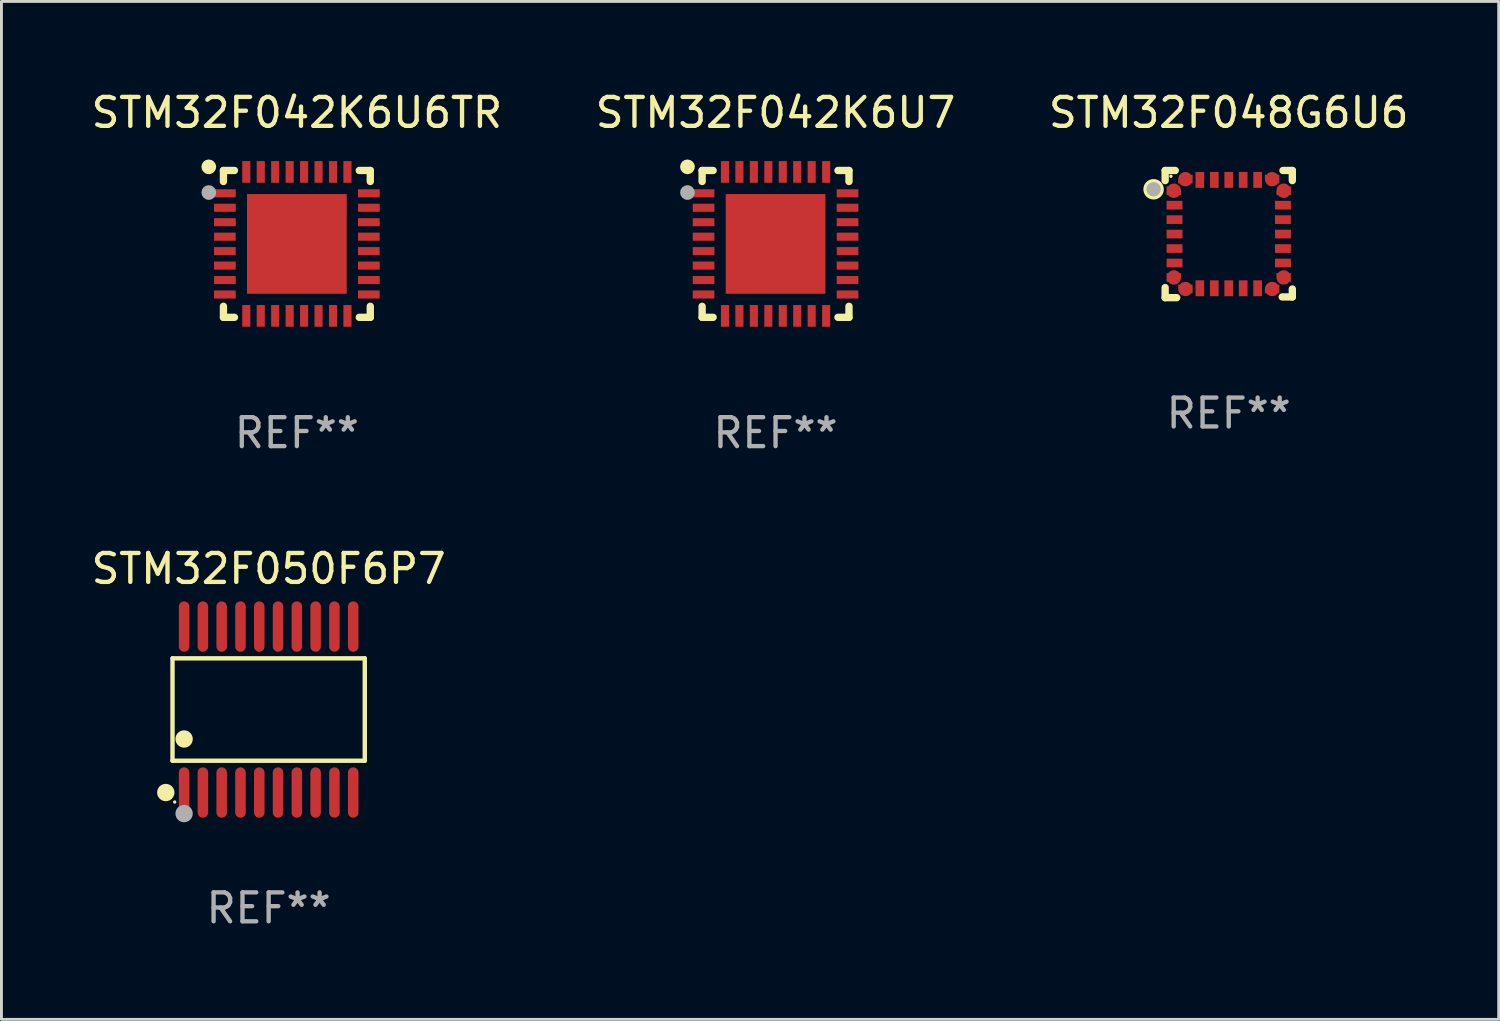
<source format=kicad_pcb>
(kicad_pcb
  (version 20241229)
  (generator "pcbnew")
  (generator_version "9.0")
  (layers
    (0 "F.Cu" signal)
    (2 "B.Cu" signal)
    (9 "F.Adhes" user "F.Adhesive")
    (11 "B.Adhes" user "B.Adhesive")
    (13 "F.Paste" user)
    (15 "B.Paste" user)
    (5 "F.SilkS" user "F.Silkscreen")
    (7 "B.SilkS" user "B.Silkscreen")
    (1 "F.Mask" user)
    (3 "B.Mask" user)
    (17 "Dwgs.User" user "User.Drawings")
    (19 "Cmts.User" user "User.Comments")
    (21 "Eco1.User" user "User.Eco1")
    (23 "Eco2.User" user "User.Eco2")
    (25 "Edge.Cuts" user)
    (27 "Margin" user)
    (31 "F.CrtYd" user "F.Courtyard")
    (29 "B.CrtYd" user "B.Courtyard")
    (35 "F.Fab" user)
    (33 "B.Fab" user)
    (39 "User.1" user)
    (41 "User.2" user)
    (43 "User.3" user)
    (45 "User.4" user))
  (footprint "STM32F042K6U6TR"
    (layer "F.Cu")
    (at 7.22 5.388)
    (property "Reference" "STM32F042K6U6TR" (at 0 -4.54 0) (layer "F.SilkS") (effects (font (size 1 1) (thickness 0.15))))
    (attr through_hole)
    (fp_line (start -2.54 -2.54) (end -2.159 -2.54) (stroke (width 0.254) (type solid)) (layer "F.SilkS"))
    (fp_line (start -2.54 -2.159) (end -2.54 -2.54) (stroke (width 0.254) (type solid)) (layer "F.SilkS"))
    (fp_line (start -2.54 2.54) (end -2.54 2.159) (stroke (width 0.254) (type solid)) (layer "F.SilkS"))
    (fp_line (start -2.159 2.54) (end -2.54 2.54) (stroke (width 0.254) (type solid)) (layer "F.SilkS"))
    (fp_line (start 2.159 -2.54) (end 2.54 -2.54) (stroke (width 0.254) (type solid)) (layer "F.SilkS"))
    (fp_line (start 2.54 -2.54) (end 2.54 -2.159) (stroke (width 0.254) (type solid)) (layer "F.SilkS"))
    (fp_line (start 2.54 2.159) (end 2.54 2.54) (stroke (width 0.254) (type solid)) (layer "F.SilkS"))
    (fp_line (start 2.54 2.54) (end 2.159 2.54) (stroke (width 0.254) (type solid)) (layer "F.SilkS"))
    (fp_circle (center -3.048 -2.667) (end -2.921 -2.667) (stroke (width 0.254) (type solid)) (fill no) (layer "F.SilkS"))
    (fp_circle (center -2.5 -2.5) (end -2.47 -2.5) (stroke (width 0.06) (type solid)) (fill no) (layer "F.SilkS"))
    (fp_circle (center -3.048 -1.778) (end -2.921 -1.778) (stroke (width 0.254) (type solid)) (fill no) (layer "F.Fab"))
    (fp_text user "REF**" (at 0 6.54 0) (layer "F.Fab") (effects (font (size 1 1) (thickness 0.15))))
    (pad "1" smd rect (at -2.49 -1.75) (size 0.75 0.28) (layers "F.Cu" "F.Mask" "F.Paste"))
    (pad "2" smd rect (at -2.49 -1.25) (size 0.75 0.28) (layers "F.Cu" "F.Mask" "F.Paste"))
    (pad "3" smd rect (at -2.49 -0.75) (size 0.75 0.28) (layers "F.Cu" "F.Mask" "F.Paste"))
    (pad "4" smd rect (at -2.49 -0.25) (size 0.75 0.28) (layers "F.Cu" "F.Mask" "F.Paste"))
    (pad "5" smd rect (at -2.49 0.25) (size 0.75 0.28) (layers "F.Cu" "F.Mask" "F.Paste"))
    (pad "6" smd rect (at -2.49 0.75) (size 0.75 0.28) (layers "F.Cu" "F.Mask" "F.Paste"))
    (pad "7" smd rect (at -2.49 1.25) (size 0.75 0.28) (layers "F.Cu" "F.Mask" "F.Paste"))
    (pad "8" smd rect (at -2.49 1.75) (size 0.75 0.28) (layers "F.Cu" "F.Mask" "F.Paste"))
    (pad "9" smd rect (at -1.75 2.49) (size 0.28 0.75) (layers "F.Cu" "F.Mask" "F.Paste"))
    (pad "10" smd rect (at -1.25 2.49) (size 0.28 0.75) (layers "F.Cu" "F.Mask" "F.Paste"))
    (pad "11" smd rect (at -0.75 2.49) (size 0.28 0.75) (layers "F.Cu" "F.Mask" "F.Paste"))
    (pad "12" smd rect (at -0.25 2.49) (size 0.28 0.75) (layers "F.Cu" "F.Mask" "F.Paste"))
    (pad "13" smd rect (at 0.25 2.49) (size 0.28 0.75) (layers "F.Cu" "F.Mask" "F.Paste"))
    (pad "14" smd rect (at 0.75 2.49) (size 0.28 0.75) (layers "F.Cu" "F.Mask" "F.Paste"))
    (pad "15" smd rect (at 1.25 2.49) (size 0.28 0.75) (layers "F.Cu" "F.Mask" "F.Paste"))
    (pad "16" smd rect (at 1.75 2.49) (size 0.28 0.75) (layers "F.Cu" "F.Mask" "F.Paste"))
    (pad "17" smd rect (at 2.49 1.75) (size 0.75 0.28) (layers "F.Cu" "F.Mask" "F.Paste"))
    (pad "18" smd rect (at 2.49 1.25) (size 0.75 0.28) (layers "F.Cu" "F.Mask" "F.Paste"))
    (pad "19" smd rect (at 2.49 0.75) (size 0.75 0.28) (layers "F.Cu" "F.Mask" "F.Paste"))
    (pad "20" smd rect (at 2.49 0.25) (size 0.75 0.28) (layers "F.Cu" "F.Mask" "F.Paste"))
    (pad "21" smd rect (at 2.49 -0.25) (size 0.75 0.28) (layers "F.Cu" "F.Mask" "F.Paste"))
    (pad "22" smd rect (at 2.49 -0.75) (size 0.75 0.28) (layers "F.Cu" "F.Mask" "F.Paste"))
    (pad "23" smd rect (at 2.49 -1.25) (size 0.75 0.28) (layers "F.Cu" "F.Mask" "F.Paste"))
    (pad "24" smd rect (at 2.49 -1.75) (size 0.75 0.28) (layers "F.Cu" "F.Mask" "F.Paste"))
    (pad "25" smd rect (at 1.75 -2.49) (size 0.28 0.75) (layers "F.Cu" "F.Mask" "F.Paste"))
    (pad "26" smd rect (at 1.25 -2.49) (size 0.28 0.75) (layers "F.Cu" "F.Mask" "F.Paste"))
    (pad "27" smd rect (at 0.75 -2.49) (size 0.28 0.75) (layers "F.Cu" "F.Mask" "F.Paste"))
    (pad "28" smd rect (at 0.25 -2.49) (size 0.28 0.75) (layers "F.Cu" "F.Mask" "F.Paste"))
    (pad "29" smd rect (at -0.25 -2.49) (size 0.28 0.75) (layers "F.Cu" "F.Mask" "F.Paste"))
    (pad "30" smd rect (at -0.75 -2.49) (size 0.28 0.75) (layers "F.Cu" "F.Mask" "F.Paste"))
    (pad "31" smd rect (at -1.25 -2.49) (size 0.28 0.75) (layers "F.Cu" "F.Mask" "F.Paste"))
    (pad "32" smd rect (at -1.75 -2.49) (size 0.28 0.75) (layers "F.Cu" "F.Mask" "F.Paste"))
    (pad "33" smd rect (at 0 0) (size 3.45 3.45) (layers "F.Cu" "F.Mask" "F.Paste")))
  (footprint "STM32F048G6U6"
    (layer "F.Cu")
    (at 39.458 5.048)
    (property "Reference" "STM32F048G6U6" (at 0 -4.2 0) (layer "F.SilkS") (effects (font (size 1 1) (thickness 0.15))))
    (attr through_hole)
    (fp_line (start -2.2 1.85) (end -2.2 2.2) (stroke (width 0.254) (type solid)) (layer "F.SilkS"))
    (fp_line (start -2.2 2.2) (end -1.8 2.2) (stroke (width 0.254) (type solid)) (layer "F.SilkS"))
    (fp_line (start -2.2 -2.2) (end -2.2 -1.85) (stroke (width 0.254) (type solid)) (layer "F.SilkS"))
    (fp_line (start -1.85 -2.2) (end -2.2 -2.2) (stroke (width 0.254) (type solid)) (layer "F.SilkS"))
    (fp_line (start 1.876 -2.2) (end 2.2 -2.2) (stroke (width 0.254) (type solid)) (layer "F.SilkS"))
    (fp_line (start 2.2 -2.2) (end 2.2 -1.85) (stroke (width 0.254) (type solid)) (layer "F.SilkS"))
    (fp_line (start 2.2 1.9) (end 2.2 2.175) (stroke (width 0.254) (type solid)) (layer "F.SilkS"))
    (fp_line (start 2.2 2.175) (end 1.85 2.175) (stroke (width 0.254) (type solid)) (layer "F.SilkS"))
    (fp_circle (center -2.6 -1.55) (end -2.5 -1.55) (stroke (width 0.254) (type solid)) (fill no) (layer "F.SilkS"))
    (fp_circle (center -2 -2) (end -1.97 -2) (stroke (width 0.06) (type solid)) (fill no) (layer "F.SilkS"))
    (fp_circle (center -2.6 -1.55) (end -2.475 -1.55) (stroke (width 0.25) (type solid)) (fill no) (layer "F.Fab"))
    (fp_text user "REF**" (at 0 6.2 0) (layer "F.Fab") (effects (font (size 1 1) (thickness 0.15))))
    (pad "1" smd custom (at -1.9 -1.5) (size 0.5 0.3) (layers "F.Cu" "F.Mask" "F.Paste") (options (anchor circle)) (primitives (gr_poly (pts (xy -0.25 0.15) (xy 0.25 0.15) (xy 0.25 -0.000076) (xy 0.1 -0.15) (xy -0.25 -0.15)) (width 0) (fill yes))))
    (pad "2" smd rect (at -1.875 -1 90) (size 0.3 0.55) (layers "F.Cu" "F.Mask" "F.Paste"))
    (pad "3" smd rect (at -1.875 -0.5 90) (size 0.3 0.55) (layers "F.Cu" "F.Mask" "F.Paste"))
    (pad "4" smd rect (at -1.875 -0.000152 90) (size 0.3 0.55) (layers "F.Cu" "F.Mask" "F.Paste"))
    (pad "5" smd rect (at -1.875 0.5 90) (size 0.3 0.55) (layers "F.Cu" "F.Mask" "F.Paste"))
    (pad "6" smd rect (at -1.875 1 90) (size 0.3 0.55) (layers "F.Cu" "F.Mask" "F.Paste"))
    (pad "7" smd custom (at -1.9 1.5) (size 0.5 0.3) (layers "F.Cu" "F.Mask" "F.Paste") (options (anchor circle)) (primitives (gr_poly (pts (xy -0.25 -0.15) (xy 0.25 -0.15) (xy 0.25 -0.000102) (xy 0.1 0.15) (xy -0.25 0.15)) (width 0) (fill yes))))
    (pad "8" smd custom (at -1.5 1.9 90) (size 0.5 0.3) (layers "F.Cu" "F.Mask" "F.Paste") (options (anchor circle)) (primitives (gr_poly (pts (xy 0.15 0.25) (xy 0.15 -0.25) (xy -0.000127 -0.25) (xy -0.15 -0.1) (xy -0.15 0.25)) (width 0) (fill yes))))
    (pad "9" smd rect (at -1 1.875) (size 0.3 0.55) (layers "F.Cu" "F.Mask" "F.Paste"))
    (pad "10" smd rect (at -0.5 1.875) (size 0.3 0.55) (layers "F.Cu" "F.Mask" "F.Paste"))
    (pad "11" smd rect (at -0.000152 1.875) (size 0.3 0.55) (layers "F.Cu" "F.Mask" "F.Paste"))
    (pad "12" smd rect (at 0.5 1.875) (size 0.3 0.55) (layers "F.Cu" "F.Mask" "F.Paste"))
    (pad "13" smd rect (at 1 1.875) (size 0.3 0.55) (layers "F.Cu" "F.Mask" "F.Paste"))
    (pad "14" smd custom (at 1.5 1.9 90) (size 0.5 0.3) (layers "F.Cu" "F.Mask" "F.Paste") (options (anchor circle)) (primitives (gr_poly (pts (xy -0.15 0.25) (xy -0.15 -0.25) (xy -0.000051 -0.25) (xy 0.15 -0.1) (xy 0.15 0.25)) (width 0) (fill yes))))
    (pad "15" smd custom (at 1.9 1.5) (size 0.5 0.3) (layers "F.Cu" "F.Mask" "F.Paste") (options (anchor circle)) (primitives (gr_poly (pts (xy 0.25 -0.15) (xy -0.25 -0.15) (xy -0.25 -0.000076) (xy -0.1 0.15) (xy 0.25 0.15)) (width 0) (fill yes))))
    (pad "16" smd rect (at 1.875 1 90) (size 0.3 0.55) (layers "F.Cu" "F.Mask" "F.Paste"))
    (pad "17" smd rect (at 1.875 0.5 90) (size 0.3 0.55) (layers "F.Cu" "F.Mask" "F.Paste"))
    (pad "18" smd rect (at 1.875 -0.000152 90) (size 0.3 0.55) (layers "F.Cu" "F.Mask" "F.Paste"))
    (pad "19" smd rect (at 1.875 -0.5 90) (size 0.3 0.55) (layers "F.Cu" "F.Mask" "F.Paste"))
    (pad "20" smd rect (at 1.875 -1 90) (size 0.3 0.55) (layers "F.Cu" "F.Mask" "F.Paste"))
    (pad "21" smd custom (at 1.9 -1.5) (size 0.5 0.3) (layers "F.Cu" "F.Mask" "F.Paste") (options (anchor circle)) (primitives (gr_poly (pts (xy 0.25 0.15) (xy -0.25 0.15) (xy -0.25 -0.000102) (xy -0.1 -0.15) (xy 0.25 -0.15)) (width 0) (fill yes))))
    (pad "22" smd custom (at 1.5 -1.9 270) (size 0.5 0.3) (layers "F.Cu" "F.Mask" "F.Paste") (options (anchor circle)) (primitives (gr_poly (pts (xy -0.15 -0.25) (xy -0.15 0.25) (xy 0.000025 0.25) (xy 0.15 0.1) (xy 0.15 -0.25)) (width 0) (fill yes))))
    (pad "23" smd rect (at 1 -1.875) (size 0.3 0.55) (layers "F.Cu" "F.Mask" "F.Paste"))
    (pad "24" smd rect (at 0.5 -1.875) (size 0.3 0.55) (layers "F.Cu" "F.Mask" "F.Paste"))
    (pad "25" smd rect (at -0.000152 -1.875) (size 0.3 0.55) (layers "F.Cu" "F.Mask" "F.Paste"))
    (pad "26" smd rect (at -0.5 -1.875) (size 0.3 0.55) (layers "F.Cu" "F.Mask" "F.Paste"))
    (pad "27" smd rect (at -1 -1.875) (size 0.3 0.55) (layers "F.Cu" "F.Mask" "F.Paste"))
    (pad "28" smd custom (at -1.5 -1.9 270) (size 0.5 0.3) (layers "F.Cu" "F.Mask" "F.Paste") (options (anchor circle)) (primitives (gr_poly (pts (xy 0.15 -0.25) (xy 0.15 0.25) (xy -0.000127 0.25) (xy -0.15 0.1) (xy -0.15 -0.25)) (width 0) (fill yes)))))
  (footprint "STM32F042K6U7"
    (layer "F.Cu")
    (at 23.78 5.388)
    (property "Reference" "STM32F042K6U7" (at 0 -4.54 0) (layer "F.SilkS") (effects (font (size 1 1) (thickness 0.15))))
    (attr through_hole)
    (fp_line (start -2.54 -2.54) (end -2.159 -2.54) (stroke (width 0.254) (type solid)) (layer "F.SilkS"))
    (fp_line (start -2.54 -2.159) (end -2.54 -2.54) (stroke (width 0.254) (type solid)) (layer "F.SilkS"))
    (fp_line (start -2.54 2.54) (end -2.54 2.159) (stroke (width 0.254) (type solid)) (layer "F.SilkS"))
    (fp_line (start -2.159 2.54) (end -2.54 2.54) (stroke (width 0.254) (type solid)) (layer "F.SilkS"))
    (fp_line (start 2.159 -2.54) (end 2.54 -2.54) (stroke (width 0.254) (type solid)) (layer "F.SilkS"))
    (fp_line (start 2.54 -2.54) (end 2.54 -2.159) (stroke (width 0.254) (type solid)) (layer "F.SilkS"))
    (fp_line (start 2.54 2.159) (end 2.54 2.54) (stroke (width 0.254) (type solid)) (layer "F.SilkS"))
    (fp_line (start 2.54 2.54) (end 2.159 2.54) (stroke (width 0.254) (type solid)) (layer "F.SilkS"))
    (fp_circle (center -3.048 -2.667) (end -2.921 -2.667) (stroke (width 0.254) (type solid)) (fill no) (layer "F.SilkS"))
    (fp_circle (center -2.5 -2.5) (end -2.47 -2.5) (stroke (width 0.06) (type solid)) (fill no) (layer "F.SilkS"))
    (fp_circle (center -3.048 -1.778) (end -2.921 -1.778) (stroke (width 0.254) (type solid)) (fill no) (layer "F.Fab"))
    (fp_text user "REF**" (at 0 6.54 0) (layer "F.Fab") (effects (font (size 1 1) (thickness 0.15))))
    (pad "1" smd rect (at -2.49 -1.75) (size 0.75 0.28) (layers "F.Cu" "F.Mask" "F.Paste"))
    (pad "2" smd rect (at -2.49 -1.25) (size 0.75 0.28) (layers "F.Cu" "F.Mask" "F.Paste"))
    (pad "3" smd rect (at -2.49 -0.75) (size 0.75 0.28) (layers "F.Cu" "F.Mask" "F.Paste"))
    (pad "4" smd rect (at -2.49 -0.25) (size 0.75 0.28) (layers "F.Cu" "F.Mask" "F.Paste"))
    (pad "5" smd rect (at -2.49 0.25) (size 0.75 0.28) (layers "F.Cu" "F.Mask" "F.Paste"))
    (pad "6" smd rect (at -2.49 0.75) (size 0.75 0.28) (layers "F.Cu" "F.Mask" "F.Paste"))
    (pad "7" smd rect (at -2.49 1.25) (size 0.75 0.28) (layers "F.Cu" "F.Mask" "F.Paste"))
    (pad "8" smd rect (at -2.49 1.75) (size 0.75 0.28) (layers "F.Cu" "F.Mask" "F.Paste"))
    (pad "9" smd rect (at -1.75 2.49) (size 0.28 0.75) (layers "F.Cu" "F.Mask" "F.Paste"))
    (pad "10" smd rect (at -1.25 2.49) (size 0.28 0.75) (layers "F.Cu" "F.Mask" "F.Paste"))
    (pad "11" smd rect (at -0.75 2.49) (size 0.28 0.75) (layers "F.Cu" "F.Mask" "F.Paste"))
    (pad "12" smd rect (at -0.25 2.49) (size 0.28 0.75) (layers "F.Cu" "F.Mask" "F.Paste"))
    (pad "13" smd rect (at 0.25 2.49) (size 0.28 0.75) (layers "F.Cu" "F.Mask" "F.Paste"))
    (pad "14" smd rect (at 0.75 2.49) (size 0.28 0.75) (layers "F.Cu" "F.Mask" "F.Paste"))
    (pad "15" smd rect (at 1.25 2.49) (size 0.28 0.75) (layers "F.Cu" "F.Mask" "F.Paste"))
    (pad "16" smd rect (at 1.75 2.49) (size 0.28 0.75) (layers "F.Cu" "F.Mask" "F.Paste"))
    (pad "17" smd rect (at 2.49 1.75) (size 0.75 0.28) (layers "F.Cu" "F.Mask" "F.Paste"))
    (pad "18" smd rect (at 2.49 1.25) (size 0.75 0.28) (layers "F.Cu" "F.Mask" "F.Paste"))
    (pad "19" smd rect (at 2.49 0.75) (size 0.75 0.28) (layers "F.Cu" "F.Mask" "F.Paste"))
    (pad "20" smd rect (at 2.49 0.25) (size 0.75 0.28) (layers "F.Cu" "F.Mask" "F.Paste"))
    (pad "21" smd rect (at 2.49 -0.25) (size 0.75 0.28) (layers "F.Cu" "F.Mask" "F.Paste"))
    (pad "22" smd rect (at 2.49 -0.75) (size 0.75 0.28) (layers "F.Cu" "F.Mask" "F.Paste"))
    (pad "23" smd rect (at 2.49 -1.25) (size 0.75 0.28) (layers "F.Cu" "F.Mask" "F.Paste"))
    (pad "24" smd rect (at 2.49 -1.75) (size 0.75 0.28) (layers "F.Cu" "F.Mask" "F.Paste"))
    (pad "25" smd rect (at 1.75 -2.49) (size 0.28 0.75) (layers "F.Cu" "F.Mask" "F.Paste"))
    (pad "26" smd rect (at 1.25 -2.49) (size 0.28 0.75) (layers "F.Cu" "F.Mask" "F.Paste"))
    (pad "27" smd rect (at 0.75 -2.49) (size 0.28 0.75) (layers "F.Cu" "F.Mask" "F.Paste"))
    (pad "28" smd rect (at 0.25 -2.49) (size 0.28 0.75) (layers "F.Cu" "F.Mask" "F.Paste"))
    (pad "29" smd rect (at -0.25 -2.49) (size 0.28 0.75) (layers "F.Cu" "F.Mask" "F.Paste"))
    (pad "30" smd rect (at -0.75 -2.49) (size 0.28 0.75) (layers "F.Cu" "F.Mask" "F.Paste"))
    (pad "31" smd rect (at -1.25 -2.49) (size 0.28 0.75) (layers "F.Cu" "F.Mask" "F.Paste"))
    (pad "32" smd rect (at -1.75 -2.49) (size 0.28 0.75) (layers "F.Cu" "F.Mask" "F.Paste"))
    (pad "33" smd rect (at 0 0) (size 3.45 3.45) (layers "F.Cu" "F.Mask" "F.Paste")))
  (footprint "STM32F050F6P7"
    (layer "F.Cu")
    (at 6.244 21.496)
    (property "Reference" "STM32F050F6P7" (at 0 -4.871 0) (layer "F.SilkS") (effects (font (size 1 1) (thickness 0.15))))
    (attr through_hole)
    (fp_line (start -3.326 -1.771) (end 3.326 -1.771) (stroke (width 0.152) (type solid)) (layer "F.SilkS"))
    (fp_line (start -3.326 1.771) (end -3.326 -1.771) (stroke (width 0.152) (type solid)) (layer "F.SilkS"))
    (fp_line (start 3.326 -1.771) (end 3.326 1.771) (stroke (width 0.152) (type solid)) (layer "F.SilkS"))
    (fp_line (start 3.326 1.771) (end -3.326 1.771) (stroke (width 0.152) (type solid)) (layer "F.SilkS"))
    (fp_circle (center -3.559 2.871) (end -3.409 2.871) (stroke (width 0.3) (type solid)) (fill no) (layer "F.SilkS"))
    (fp_circle (center -3.25 3.2) (end -3.22 3.2) (stroke (width 0.06) (type solid)) (fill no) (layer "F.SilkS"))
    (fp_circle (center -2.925 1.019) (end -2.775 1.019) (stroke (width 0.3) (type solid)) (fill no) (layer "F.SilkS"))
    (fp_circle (center -2.925 3.6) (end -2.775 3.6) (stroke (width 0.3) (type solid)) (fill no) (layer "F.Fab"))
    (fp_text user "REF**" (at 0 6.871 0) (layer "F.Fab") (effects (font (size 1 1) (thickness 0.15))))
    (pad "1" smd oval (at -2.925 2.871) (size 0.364 1.742) (layers "F.Cu" "F.Mask" "F.Paste"))
    (pad "2" smd oval (at -2.275 2.871) (size 0.364 1.742) (layers "F.Cu" "F.Mask" "F.Paste"))
    (pad "3" smd oval (at -1.625 2.871) (size 0.364 1.742) (layers "F.Cu" "F.Mask" "F.Paste"))
    (pad "4" smd oval (at -0.975 2.871) (size 0.364 1.742) (layers "F.Cu" "F.Mask" "F.Paste"))
    (pad "5" smd oval (at -0.325 2.871) (size 0.364 1.742) (layers "F.Cu" "F.Mask" "F.Paste"))
    (pad "6" smd oval (at 0.325 2.871) (size 0.364 1.742) (layers "F.Cu" "F.Mask" "F.Paste"))
    (pad "7" smd oval (at 0.975 2.871) (size 0.364 1.742) (layers "F.Cu" "F.Mask" "F.Paste"))
    (pad "8" smd oval (at 1.625 2.871) (size 0.364 1.742) (layers "F.Cu" "F.Mask" "F.Paste"))
    (pad "9" smd oval (at 2.275 2.871) (size 0.364 1.742) (layers "F.Cu" "F.Mask" "F.Paste"))
    (pad "10" smd oval (at 2.925 2.871) (size 0.364 1.742) (layers "F.Cu" "F.Mask" "F.Paste"))
    (pad "11" smd oval (at 2.925 -2.871) (size 0.364 1.742) (layers "F.Cu" "F.Mask" "F.Paste"))
    (pad "12" smd oval (at 2.275 -2.871) (size 0.364 1.742) (layers "F.Cu" "F.Mask" "F.Paste"))
    (pad "13" smd oval (at 1.625 -2.871) (size 0.364 1.742) (layers "F.Cu" "F.Mask" "F.Paste"))
    (pad "14" smd oval (at 0.975 -2.871) (size 0.364 1.742) (layers "F.Cu" "F.Mask" "F.Paste"))
    (pad "15" smd oval (at 0.325 -2.871) (size 0.364 1.742) (layers "F.Cu" "F.Mask" "F.Paste"))
    (pad "16" smd oval (at -0.325 -2.871) (size 0.364 1.742) (layers "F.Cu" "F.Mask" "F.Paste"))
    (pad "17" smd oval (at -0.975 -2.871) (size 0.364 1.742) (layers "F.Cu" "F.Mask" "F.Paste"))
    (pad "18" smd oval (at -1.625 -2.871) (size 0.364 1.742) (layers "F.Cu" "F.Mask" "F.Paste"))
    (pad "19" smd oval (at -2.275 -2.871) (size 0.364 1.742) (layers "F.Cu" "F.Mask" "F.Paste"))
    (pad "20" smd oval (at -2.925 -2.871) (size 0.364 1.742) (layers "F.Cu" "F.Mask" "F.Paste")))
  (gr_rect
    (start -3 -3)
    (end 48.798 32.215)
    (stroke (width 0.1) (type default))
    (fill no)
    (layer "Edge.Cuts")))
</source>
